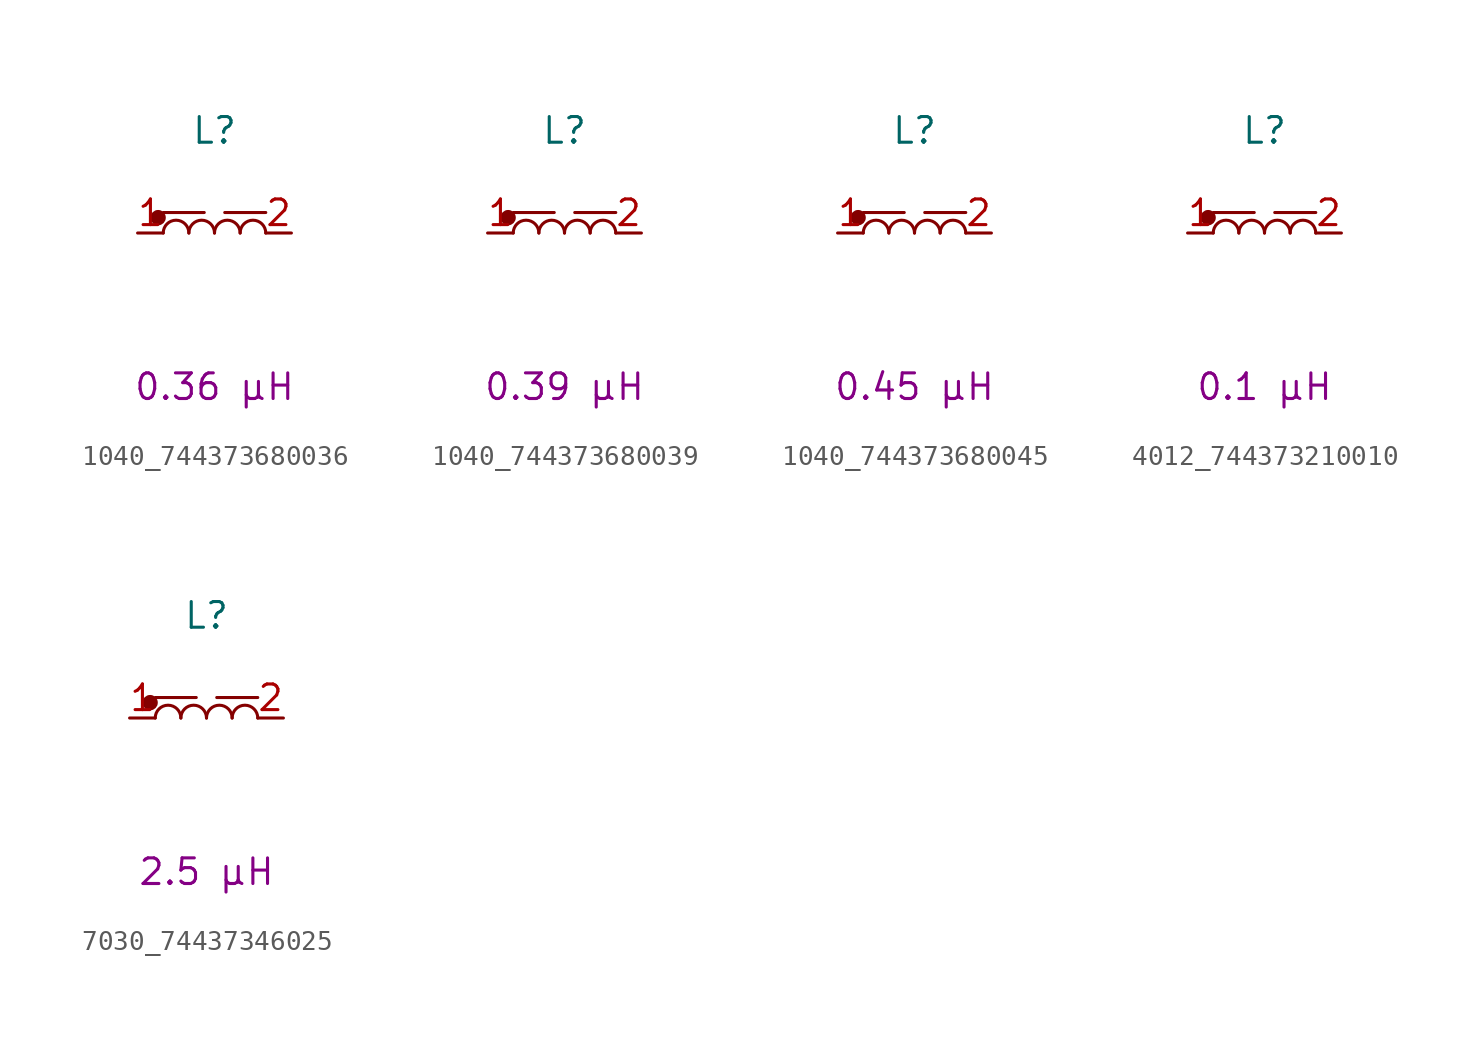
<source format=kicad_sym>
(kicad_symbol_lib
  (version 20220914)
  (generator kicad_symbol_editor)
  (symbol "1040_744373680036"
    (pin_names hide)
    (property "Reference" "L"
      (at 0 5.08 0)
      (effects (font (size 1.27 1.27))))
    (property "Critical Parameter" "0.36 µH"
      (at 0 -7.62 0)
      (effects (font (size 1.27 1.27))))
    (symbol "1040_744373680036_0_1"
      (arc (start -1.27 0) (mid -1.905 0.6323) (end -2.54 0) (stroke (width 0) (type default)) (fill (type none)))
      (arc (start 0 0) (mid -0.635 0.6323) (end -1.27 0) (stroke (width 0) (type default)) (fill (type none)))
      (polyline (pts (xy -2.54 1.016) (xy -0.508 1.016)) (stroke (width 0) (type default)) (fill (type none)))
      (arc (start 1.27 0) (mid 0.635 0.6323) (end 0 0) (stroke (width 0) (type default)) (fill (type none)))
      (arc (start 2.54 0) (mid 1.905 0.6323) (end 1.27 0) (stroke (width 0) (type default)) (fill (type none))))
    (symbol "1040_744373680036_1_1"
      (circle (center -2.794 0.762) (radius 0.0001) (stroke (width 0.381) (type default)) (fill (type none)))
      (polyline (pts (xy 2.54 1.016) (xy 0.508 1.016)) (stroke (width 0) (type default)) (fill (type none)))
      (pin passive line (at -3.81 0 0) (length 1.27) (name "1" (effects (font (size 1.27 1.27)))) (number "1" (effects (font (size 1.27 1.27)))))
      (pin passive line (at 3.81 0 180) (length 1.27) (name "2" (effects (font (size 1.27 1.27)))) (number "2" (effects (font (size 1.27 1.27)))))))
  (symbol "1040_744373680039"
    (pin_names hide)
    (property "Reference" "L"
      (at 0 5.08 0)
      (effects (font (size 1.27 1.27))))
    (property "Critical Parameter" "0.39 µH"
      (at 0 -7.62 0)
      (effects (font (size 1.27 1.27))))
    (symbol "1040_744373680039_0_1"
      (arc (start -1.27 0) (mid -1.905 0.6323) (end -2.54 0) (stroke (width 0) (type default)) (fill (type none)))
      (arc (start 0 0) (mid -0.635 0.6323) (end -1.27 0) (stroke (width 0) (type default)) (fill (type none)))
      (polyline (pts (xy -2.54 1.016) (xy -0.508 1.016)) (stroke (width 0) (type default)) (fill (type none)))
      (arc (start 1.27 0) (mid 0.635 0.6323) (end 0 0) (stroke (width 0) (type default)) (fill (type none)))
      (arc (start 2.54 0) (mid 1.905 0.6323) (end 1.27 0) (stroke (width 0) (type default)) (fill (type none))))
    (symbol "1040_744373680039_1_1"
      (circle (center -2.794 0.762) (radius 0.0001) (stroke (width 0.381) (type default)) (fill (type none)))
      (polyline (pts (xy 2.54 1.016) (xy 0.508 1.016)) (stroke (width 0) (type default)) (fill (type none)))
      (pin passive line (at -3.81 0 0) (length 1.27) (name "1" (effects (font (size 1.27 1.27)))) (number "1" (effects (font (size 1.27 1.27)))))
      (pin passive line (at 3.81 0 180) (length 1.27) (name "2" (effects (font (size 1.27 1.27)))) (number "2" (effects (font (size 1.27 1.27)))))))
  (symbol "1040_744373680045"
    (pin_names hide)
    (property "Reference" "L"
      (at 0 5.08 0)
      (effects (font (size 1.27 1.27))))
    (property "Critical Parameter" "0.45 µH"
      (at 0 -7.62 0)
      (effects (font (size 1.27 1.27))))
    (symbol "1040_744373680045_0_1"
      (arc (start -1.27 0) (mid -1.905 0.6323) (end -2.54 0) (stroke (width 0) (type default)) (fill (type none)))
      (arc (start 0 0) (mid -0.635 0.6323) (end -1.27 0) (stroke (width 0) (type default)) (fill (type none)))
      (polyline (pts (xy -2.54 1.016) (xy -0.508 1.016)) (stroke (width 0) (type default)) (fill (type none)))
      (arc (start 1.27 0) (mid 0.635 0.6323) (end 0 0) (stroke (width 0) (type default)) (fill (type none)))
      (arc (start 2.54 0) (mid 1.905 0.6323) (end 1.27 0) (stroke (width 0) (type default)) (fill (type none))))
    (symbol "1040_744373680045_1_1"
      (circle (center -2.794 0.762) (radius 0.0001) (stroke (width 0.381) (type default)) (fill (type none)))
      (polyline (pts (xy 2.54 1.016) (xy 0.508 1.016)) (stroke (width 0) (type default)) (fill (type none)))
      (pin passive line (at -3.81 0 0) (length 1.27) (name "1" (effects (font (size 1.27 1.27)))) (number "1" (effects (font (size 1.27 1.27)))))
      (pin passive line (at 3.81 0 180) (length 1.27) (name "2" (effects (font (size 1.27 1.27)))) (number "2" (effects (font (size 1.27 1.27)))))))
  (symbol "4012_744373210010"
    (pin_names hide)
    (property "Reference" "L"
      (at 0 5.08 0)
      (effects (font (size 1.27 1.27))))
    (property "Critical Parameter" "0.1 µH"
      (at 0 -7.62 0)
      (effects (font (size 1.27 1.27))))
    (symbol "4012_744373210010_0_1"
      (arc (start -1.27 0) (mid -1.905 0.6323) (end -2.54 0) (stroke (width 0) (type default)) (fill (type none)))
      (arc (start 0 0) (mid -0.635 0.6323) (end -1.27 0) (stroke (width 0) (type default)) (fill (type none)))
      (polyline (pts (xy -2.54 1.016) (xy -0.508 1.016)) (stroke (width 0) (type default)) (fill (type none)))
      (arc (start 1.27 0) (mid 0.635 0.6323) (end 0 0) (stroke (width 0) (type default)) (fill (type none)))
      (arc (start 2.54 0) (mid 1.905 0.6323) (end 1.27 0) (stroke (width 0) (type default)) (fill (type none))))
    (symbol "4012_744373210010_1_1"
      (circle (center -2.794 0.762) (radius 0.0001) (stroke (width 0.381) (type default)) (fill (type none)))
      (polyline (pts (xy 2.54 1.016) (xy 0.508 1.016)) (stroke (width 0) (type default)) (fill (type none)))
      (pin passive line (at -3.81 0 0) (length 1.27) (name "1" (effects (font (size 1.27 1.27)))) (number "1" (effects (font (size 1.27 1.27)))))
      (pin passive line (at 3.81 0 180) (length 1.27) (name "2" (effects (font (size 1.27 1.27)))) (number "2" (effects (font (size 1.27 1.27)))))))
  (symbol "7030_74437346025"
    (pin_names hide)
    (property "Reference" "L"
      (at 0 5.08 0)
      (effects (font (size 1.27 1.27))))
    (property "Critical Parameter" "2.5 µH"
      (at 0 -7.62 0)
      (effects (font (size 1.27 1.27))))
    (symbol "7030_74437346025_0_1"
      (arc (start -1.27 0) (mid -1.905 0.6323) (end -2.54 0) (stroke (width 0) (type default)) (fill (type none)))
      (arc (start 0 0) (mid -0.635 0.6323) (end -1.27 0) (stroke (width 0) (type default)) (fill (type none)))
      (polyline (pts (xy -2.54 1.016) (xy -0.508 1.016)) (stroke (width 0) (type default)) (fill (type none)))
      (arc (start 1.27 0) (mid 0.635 0.6323) (end 0 0) (stroke (width 0) (type default)) (fill (type none)))
      (arc (start 2.54 0) (mid 1.905 0.6323) (end 1.27 0) (stroke (width 0) (type default)) (fill (type none))))
    (symbol "7030_74437346025_1_1"
      (circle (center -2.794 0.762) (radius 0.0001) (stroke (width 0.381) (type default)) (fill (type none)))
      (polyline (pts (xy 2.54 1.016) (xy 0.508 1.016)) (stroke (width 0) (type default)) (fill (type none)))
      (pin passive line (at -3.81 0 0) (length 1.27) (name "1" (effects (font (size 1.27 1.27)))) (number "1" (effects (font (size 1.27 1.27)))))
      (pin passive line (at 3.81 0 180) (length 1.27) (name "2" (effects (font (size 1.27 1.27)))) (number "2" (effects (font (size 1.27 1.27))))))))
</source>
